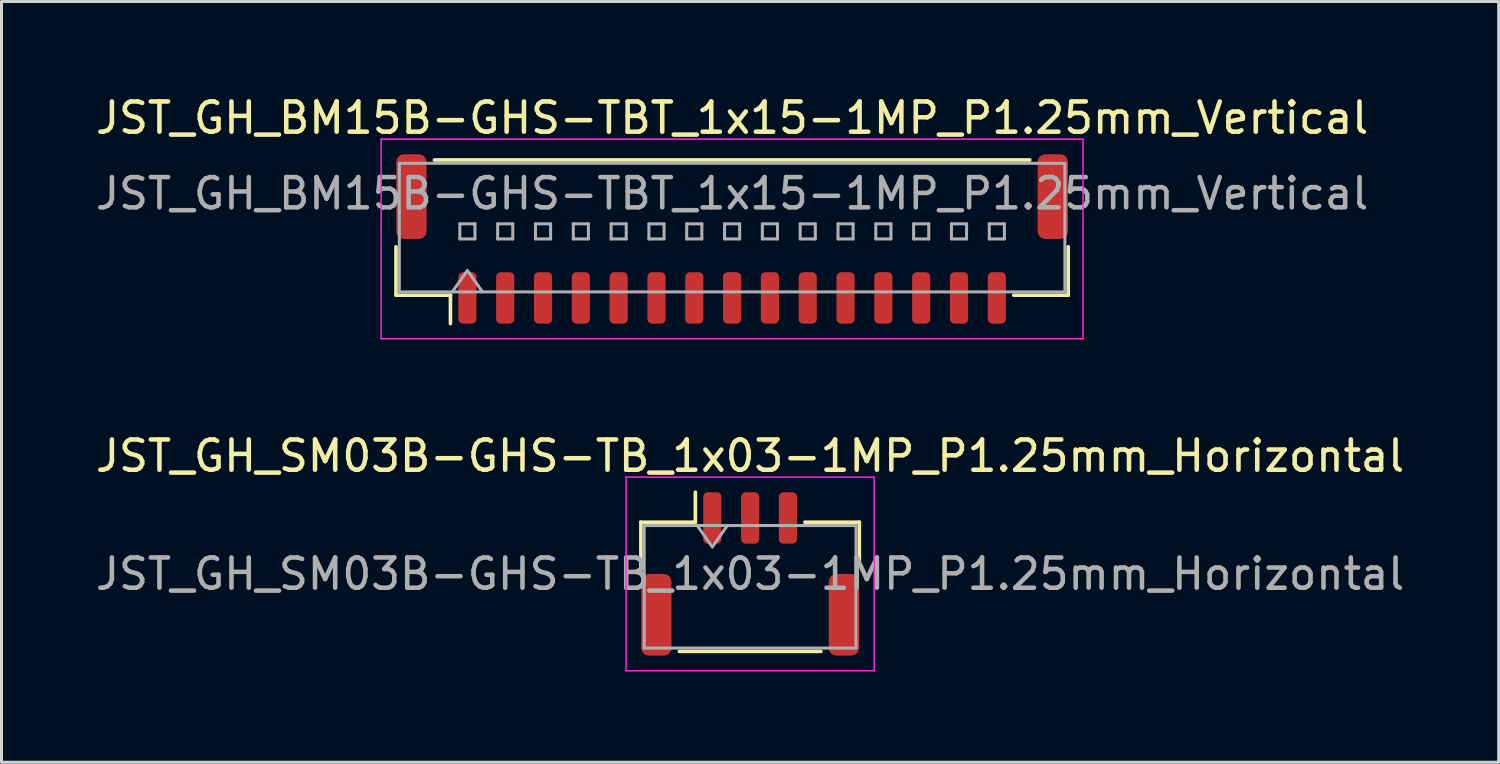
<source format=kicad_pcb>
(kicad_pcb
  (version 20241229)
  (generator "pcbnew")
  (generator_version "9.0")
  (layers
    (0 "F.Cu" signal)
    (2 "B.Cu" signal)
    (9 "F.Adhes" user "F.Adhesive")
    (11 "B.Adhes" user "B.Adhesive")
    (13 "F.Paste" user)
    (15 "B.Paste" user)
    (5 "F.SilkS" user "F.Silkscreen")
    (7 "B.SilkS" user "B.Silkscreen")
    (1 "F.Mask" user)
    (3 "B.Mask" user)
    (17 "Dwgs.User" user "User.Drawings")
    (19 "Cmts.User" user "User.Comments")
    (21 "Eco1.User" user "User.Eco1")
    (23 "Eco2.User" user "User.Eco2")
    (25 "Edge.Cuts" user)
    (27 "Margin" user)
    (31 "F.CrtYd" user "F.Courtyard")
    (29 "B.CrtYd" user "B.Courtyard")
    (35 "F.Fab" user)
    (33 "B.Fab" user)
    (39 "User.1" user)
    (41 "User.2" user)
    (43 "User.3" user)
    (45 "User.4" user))
  (footprint "JST_GH_BM15B-GHS-TBT_1x15-1MP_P1.25mm_Vertical"
    (layer "F.Cu")
    (at 21.149 4.848)
    (property "Reference" "JST_GH_BM15B-GHS-TBT_1x15-1MP_P1.25mm_Vertical" (at 0 -4 0) (layer "F.SilkS") (effects (font (size 1 1) (thickness 0.15))))
    (attr smd)
    (fp_line (start -11.11 0.26) (end -11.11 1.86) (stroke (width 0.12) (type solid)) (layer "F.SilkS"))
    (fp_line (start -11.11 1.86) (end -9.31 1.86) (stroke (width 0.12) (type solid)) (layer "F.SilkS"))
    (fp_line (start -9.84 -2.61) (end 9.84 -2.61) (stroke (width 0.12) (type solid)) (layer "F.SilkS"))
    (fp_line (start -9.31 1.86) (end -9.31 2.8) (stroke (width 0.12) (type solid)) (layer "F.SilkS"))
    (fp_line (start 11.11 0.26) (end 11.11 1.86) (stroke (width 0.12) (type solid)) (layer "F.SilkS"))
    (fp_line (start 11.11 1.86) (end 9.31 1.86) (stroke (width 0.12) (type solid)) (layer "F.SilkS"))
    (fp_line (start -11.6 -3.3) (end -11.6 3.3) (stroke (width 0.05) (type solid)) (layer "F.CrtYd"))
    (fp_line (start -11.6 3.3) (end 11.6 3.3) (stroke (width 0.05) (type solid)) (layer "F.CrtYd"))
    (fp_line (start 11.6 -3.3) (end -11.6 -3.3) (stroke (width 0.05) (type solid)) (layer "F.CrtYd"))
    (fp_line (start 11.6 3.3) (end 11.6 -3.3) (stroke (width 0.05) (type solid)) (layer "F.CrtYd"))
    (fp_line (start -11 -2.5) (end 11 -2.5) (stroke (width 0.1) (type solid)) (layer "F.Fab"))
    (fp_line (start -11 1.75) (end -11 -2.5) (stroke (width 0.1) (type solid)) (layer "F.Fab"))
    (fp_line (start -11 1.75) (end 11 1.75) (stroke (width 0.1) (type solid)) (layer "F.Fab"))
    (fp_line (start -9.25 1.75) (end -8.75 1.043) (stroke (width 0.1) (type solid)) (layer "F.Fab"))
    (fp_line (start -9 -0.5) (end -9 0) (stroke (width 0.1) (type solid)) (layer "F.Fab"))
    (fp_line (start -9 0) (end -8.5 0) (stroke (width 0.1) (type solid)) (layer "F.Fab"))
    (fp_line (start -8.75 1.043) (end -8.25 1.75) (stroke (width 0.1) (type solid)) (layer "F.Fab"))
    (fp_line (start -8.5 -0.5) (end -9 -0.5) (stroke (width 0.1) (type solid)) (layer "F.Fab"))
    (fp_line (start -8.5 0) (end -8.5 -0.5) (stroke (width 0.1) (type solid)) (layer "F.Fab"))
    (fp_line (start -7.75 -0.5) (end -7.75 0) (stroke (width 0.1) (type solid)) (layer "F.Fab"))
    (fp_line (start -7.75 0) (end -7.25 0) (stroke (width 0.1) (type solid)) (layer "F.Fab"))
    (fp_line (start -7.25 -0.5) (end -7.75 -0.5) (stroke (width 0.1) (type solid)) (layer "F.Fab"))
    (fp_line (start -7.25 0) (end -7.25 -0.5) (stroke (width 0.1) (type solid)) (layer "F.Fab"))
    (fp_line (start -6.5 -0.5) (end -6.5 0) (stroke (width 0.1) (type solid)) (layer "F.Fab"))
    (fp_line (start -6.5 0) (end -6 0) (stroke (width 0.1) (type solid)) (layer "F.Fab"))
    (fp_line (start -6 -0.5) (end -6.5 -0.5) (stroke (width 0.1) (type solid)) (layer "F.Fab"))
    (fp_line (start -6 0) (end -6 -0.5) (stroke (width 0.1) (type solid)) (layer "F.Fab"))
    (fp_line (start -5.25 -0.5) (end -5.25 0) (stroke (width 0.1) (type solid)) (layer "F.Fab"))
    (fp_line (start -5.25 0) (end -4.75 0) (stroke (width 0.1) (type solid)) (layer "F.Fab"))
    (fp_line (start -4.75 -0.5) (end -5.25 -0.5) (stroke (width 0.1) (type solid)) (layer "F.Fab"))
    (fp_line (start -4.75 0) (end -4.75 -0.5) (stroke (width 0.1) (type solid)) (layer "F.Fab"))
    (fp_line (start -4 -0.5) (end -4 0) (stroke (width 0.1) (type solid)) (layer "F.Fab"))
    (fp_line (start -4 0) (end -3.5 0) (stroke (width 0.1) (type solid)) (layer "F.Fab"))
    (fp_line (start -3.5 -0.5) (end -4 -0.5) (stroke (width 0.1) (type solid)) (layer "F.Fab"))
    (fp_line (start -3.5 0) (end -3.5 -0.5) (stroke (width 0.1) (type solid)) (layer "F.Fab"))
    (fp_line (start -2.75 -0.5) (end -2.75 0) (stroke (width 0.1) (type solid)) (layer "F.Fab"))
    (fp_line (start -2.75 0) (end -2.25 0) (stroke (width 0.1) (type solid)) (layer "F.Fab"))
    (fp_line (start -2.25 -0.5) (end -2.75 -0.5) (stroke (width 0.1) (type solid)) (layer "F.Fab"))
    (fp_line (start -2.25 0) (end -2.25 -0.5) (stroke (width 0.1) (type solid)) (layer "F.Fab"))
    (fp_line (start -1.5 -0.5) (end -1.5 0) (stroke (width 0.1) (type solid)) (layer "F.Fab"))
    (fp_line (start -1.5 0) (end -1 0) (stroke (width 0.1) (type solid)) (layer "F.Fab"))
    (fp_line (start -1 -0.5) (end -1.5 -0.5) (stroke (width 0.1) (type solid)) (layer "F.Fab"))
    (fp_line (start -1 0) (end -1 -0.5) (stroke (width 0.1) (type solid)) (layer "F.Fab"))
    (fp_line (start -0.25 -0.5) (end -0.25 0) (stroke (width 0.1) (type solid)) (layer "F.Fab"))
    (fp_line (start -0.25 0) (end 0.25 0) (stroke (width 0.1) (type solid)) (layer "F.Fab"))
    (fp_line (start 0.25 -0.5) (end -0.25 -0.5) (stroke (width 0.1) (type solid)) (layer "F.Fab"))
    (fp_line (start 0.25 0) (end 0.25 -0.5) (stroke (width 0.1) (type solid)) (layer "F.Fab"))
    (fp_line (start 1 -0.5) (end 1 0) (stroke (width 0.1) (type solid)) (layer "F.Fab"))
    (fp_line (start 1 0) (end 1.5 0) (stroke (width 0.1) (type solid)) (layer "F.Fab"))
    (fp_line (start 1.5 -0.5) (end 1 -0.5) (stroke (width 0.1) (type solid)) (layer "F.Fab"))
    (fp_line (start 1.5 0) (end 1.5 -0.5) (stroke (width 0.1) (type solid)) (layer "F.Fab"))
    (fp_line (start 2.25 -0.5) (end 2.25 0) (stroke (width 0.1) (type solid)) (layer "F.Fab"))
    (fp_line (start 2.25 0) (end 2.75 0) (stroke (width 0.1) (type solid)) (layer "F.Fab"))
    (fp_line (start 2.75 -0.5) (end 2.25 -0.5) (stroke (width 0.1) (type solid)) (layer "F.Fab"))
    (fp_line (start 2.75 0) (end 2.75 -0.5) (stroke (width 0.1) (type solid)) (layer "F.Fab"))
    (fp_line (start 3.5 -0.5) (end 3.5 0) (stroke (width 0.1) (type solid)) (layer "F.Fab"))
    (fp_line (start 3.5 0) (end 4 0) (stroke (width 0.1) (type solid)) (layer "F.Fab"))
    (fp_line (start 4 -0.5) (end 3.5 -0.5) (stroke (width 0.1) (type solid)) (layer "F.Fab"))
    (fp_line (start 4 0) (end 4 -0.5) (stroke (width 0.1) (type solid)) (layer "F.Fab"))
    (fp_line (start 4.75 -0.5) (end 4.75 0) (stroke (width 0.1) (type solid)) (layer "F.Fab"))
    (fp_line (start 4.75 0) (end 5.25 0) (stroke (width 0.1) (type solid)) (layer "F.Fab"))
    (fp_line (start 5.25 -0.5) (end 4.75 -0.5) (stroke (width 0.1) (type solid)) (layer "F.Fab"))
    (fp_line (start 5.25 0) (end 5.25 -0.5) (stroke (width 0.1) (type solid)) (layer "F.Fab"))
    (fp_line (start 6 -0.5) (end 6 0) (stroke (width 0.1) (type solid)) (layer "F.Fab"))
    (fp_line (start 6 0) (end 6.5 0) (stroke (width 0.1) (type solid)) (layer "F.Fab"))
    (fp_line (start 6.5 -0.5) (end 6 -0.5) (stroke (width 0.1) (type solid)) (layer "F.Fab"))
    (fp_line (start 6.5 0) (end 6.5 -0.5) (stroke (width 0.1) (type solid)) (layer "F.Fab"))
    (fp_line (start 7.25 -0.5) (end 7.25 0) (stroke (width 0.1) (type solid)) (layer "F.Fab"))
    (fp_line (start 7.25 0) (end 7.75 0) (stroke (width 0.1) (type solid)) (layer "F.Fab"))
    (fp_line (start 7.75 -0.5) (end 7.25 -0.5) (stroke (width 0.1) (type solid)) (layer "F.Fab"))
    (fp_line (start 7.75 0) (end 7.75 -0.5) (stroke (width 0.1) (type solid)) (layer "F.Fab"))
    (fp_line (start 8.5 -0.5) (end 8.5 0) (stroke (width 0.1) (type solid)) (layer "F.Fab"))
    (fp_line (start 8.5 0) (end 9 0) (stroke (width 0.1) (type solid)) (layer "F.Fab"))
    (fp_line (start 9 -0.5) (end 8.5 -0.5) (stroke (width 0.1) (type solid)) (layer "F.Fab"))
    (fp_line (start 9 0) (end 9 -0.5) (stroke (width 0.1) (type solid)) (layer "F.Fab"))
    (fp_line (start 11 1.75) (end 11 -2.5) (stroke (width 0.1) (type solid)) (layer "F.Fab"))
    (fp_text user "${REFERENCE}" (at 0 -1.5 0) (layer "F.Fab") (effects (font (size 1 1) (thickness 0.15))))
    (pad "1" smd roundrect (at -8.75 1.95) (size 0.6 1.7) (layers "F.Cu" "F.Mask" "F.Paste") (roundrect_rratio 0.25))
    (pad "2" smd roundrect (at -7.5 1.95) (size 0.6 1.7) (layers "F.Cu" "F.Mask" "F.Paste") (roundrect_rratio 0.25))
    (pad "3" smd roundrect (at -6.25 1.95) (size 0.6 1.7) (layers "F.Cu" "F.Mask" "F.Paste") (roundrect_rratio 0.25))
    (pad "4" smd roundrect (at -5 1.95) (size 0.6 1.7) (layers "F.Cu" "F.Mask" "F.Paste") (roundrect_rratio 0.25))
    (pad "5" smd roundrect (at -3.75 1.95) (size 0.6 1.7) (layers "F.Cu" "F.Mask" "F.Paste") (roundrect_rratio 0.25))
    (pad "6" smd roundrect (at -2.5 1.95) (size 0.6 1.7) (layers "F.Cu" "F.Mask" "F.Paste") (roundrect_rratio 0.25))
    (pad "7" smd roundrect (at -1.25 1.95) (size 0.6 1.7) (layers "F.Cu" "F.Mask" "F.Paste") (roundrect_rratio 0.25))
    (pad "8" smd roundrect (at 0 1.95) (size 0.6 1.7) (layers "F.Cu" "F.Mask" "F.Paste") (roundrect_rratio 0.25))
    (pad "9" smd roundrect (at 1.25 1.95) (size 0.6 1.7) (layers "F.Cu" "F.Mask" "F.Paste") (roundrect_rratio 0.25))
    (pad "10" smd roundrect (at 2.5 1.95) (size 0.6 1.7) (layers "F.Cu" "F.Mask" "F.Paste") (roundrect_rratio 0.25))
    (pad "11" smd roundrect (at 3.75 1.95) (size 0.6 1.7) (layers "F.Cu" "F.Mask" "F.Paste") (roundrect_rratio 0.25))
    (pad "12" smd roundrect (at 5 1.95) (size 0.6 1.7) (layers "F.Cu" "F.Mask" "F.Paste") (roundrect_rratio 0.25))
    (pad "13" smd roundrect (at 6.25 1.95) (size 0.6 1.7) (layers "F.Cu" "F.Mask" "F.Paste") (roundrect_rratio 0.25))
    (pad "14" smd roundrect (at 7.5 1.95) (size 0.6 1.7) (layers "F.Cu" "F.Mask" "F.Paste") (roundrect_rratio 0.25))
    (pad "15" smd roundrect (at 8.75 1.95) (size 0.6 1.7) (layers "F.Cu" "F.Mask" "F.Paste") (roundrect_rratio 0.25))
    (pad "MP" smd roundrect (at -10.6 -1.4) (size 1 2.8) (layers "F.Cu" "F.Mask" "F.Paste") (roundrect_rratio 0.25))
    (pad "MP" smd roundrect (at 10.6 -1.4) (size 1 2.8) (layers "F.Cu" "F.Mask" "F.Paste") (roundrect_rratio 0.25)))
  (footprint "JST_GH_SM03B-GHS-TB_1x03-1MP_P1.25mm_Horizontal"
    (layer "F.Cu")
    (at 21.744 15.921)
    (property "Reference" "JST_GH_SM03B-GHS-TB_1x03-1MP_P1.25mm_Horizontal" (at 0 -3.9 0) (layer "F.SilkS") (effects (font (size 1 1) (thickness 0.15))))
    (attr smd)
    (fp_line (start -3.61 -1.71) (end -1.81 -1.71) (stroke (width 0.12) (type solid)) (layer "F.SilkS"))
    (fp_line (start -3.61 -0.26) (end -3.61 -1.71) (stroke (width 0.12) (type solid)) (layer "F.SilkS"))
    (fp_line (start -2.34 2.56) (end 2.34 2.56) (stroke (width 0.12) (type solid)) (layer "F.SilkS"))
    (fp_line (start -1.81 -1.71) (end -1.81 -2.7) (stroke (width 0.12) (type solid)) (layer "F.SilkS"))
    (fp_line (start 3.61 -1.71) (end 1.81 -1.71) (stroke (width 0.12) (type solid)) (layer "F.SilkS"))
    (fp_line (start 3.61 -0.26) (end 3.61 -1.71) (stroke (width 0.12) (type solid)) (layer "F.SilkS"))
    (fp_line (start -4.1 -3.2) (end -4.1 3.2) (stroke (width 0.05) (type solid)) (layer "F.CrtYd"))
    (fp_line (start -4.1 3.2) (end 4.1 3.2) (stroke (width 0.05) (type solid)) (layer "F.CrtYd"))
    (fp_line (start 4.1 -3.2) (end -4.1 -3.2) (stroke (width 0.05) (type solid)) (layer "F.CrtYd"))
    (fp_line (start 4.1 3.2) (end 4.1 -3.2) (stroke (width 0.05) (type solid)) (layer "F.CrtYd"))
    (fp_line (start -3.5 -1.6) (end -3.5 2.45) (stroke (width 0.1) (type solid)) (layer "F.Fab"))
    (fp_line (start -3.5 -1.6) (end 3.5 -1.6) (stroke (width 0.1) (type solid)) (layer "F.Fab"))
    (fp_line (start -3.5 2.45) (end 3.5 2.45) (stroke (width 0.1) (type solid)) (layer "F.Fab"))
    (fp_line (start -1.75 -1.6) (end -1.25 -0.893) (stroke (width 0.1) (type solid)) (layer "F.Fab"))
    (fp_line (start -1.25 -0.893) (end -0.75 -1.6) (stroke (width 0.1) (type solid)) (layer "F.Fab"))
    (fp_line (start 3.5 -1.6) (end 3.5 2.45) (stroke (width 0.1) (type solid)) (layer "F.Fab"))
    (fp_text user "${REFERENCE}" (at 0 0 0) (layer "F.Fab") (effects (font (size 1 1) (thickness 0.15))))
    (pad "1" smd roundrect (at -1.25 -1.85) (size 0.6 1.7) (layers "F.Cu" "F.Mask" "F.Paste") (roundrect_rratio 0.25))
    (pad "2" smd roundrect (at 0 -1.85) (size 0.6 1.7) (layers "F.Cu" "F.Mask" "F.Paste") (roundrect_rratio 0.25))
    (pad "3" smd roundrect (at 1.25 -1.85) (size 0.6 1.7) (layers "F.Cu" "F.Mask" "F.Paste") (roundrect_rratio 0.25))
    (pad "MP" smd roundrect (at -3.1 1.35) (size 1 2.7) (layers "F.Cu" "F.Mask" "F.Paste") (roundrect_rratio 0.25))
    (pad "MP" smd roundrect (at 3.1 1.35) (size 1 2.7) (layers "F.Cu" "F.Mask" "F.Paste") (roundrect_rratio 0.25)))
  (gr_rect
    (start -3 -3)
    (end 46.488 22.146)
    (stroke (width 0.1) (type default))
    (fill no)
    (layer "Edge.Cuts")))
</source>
